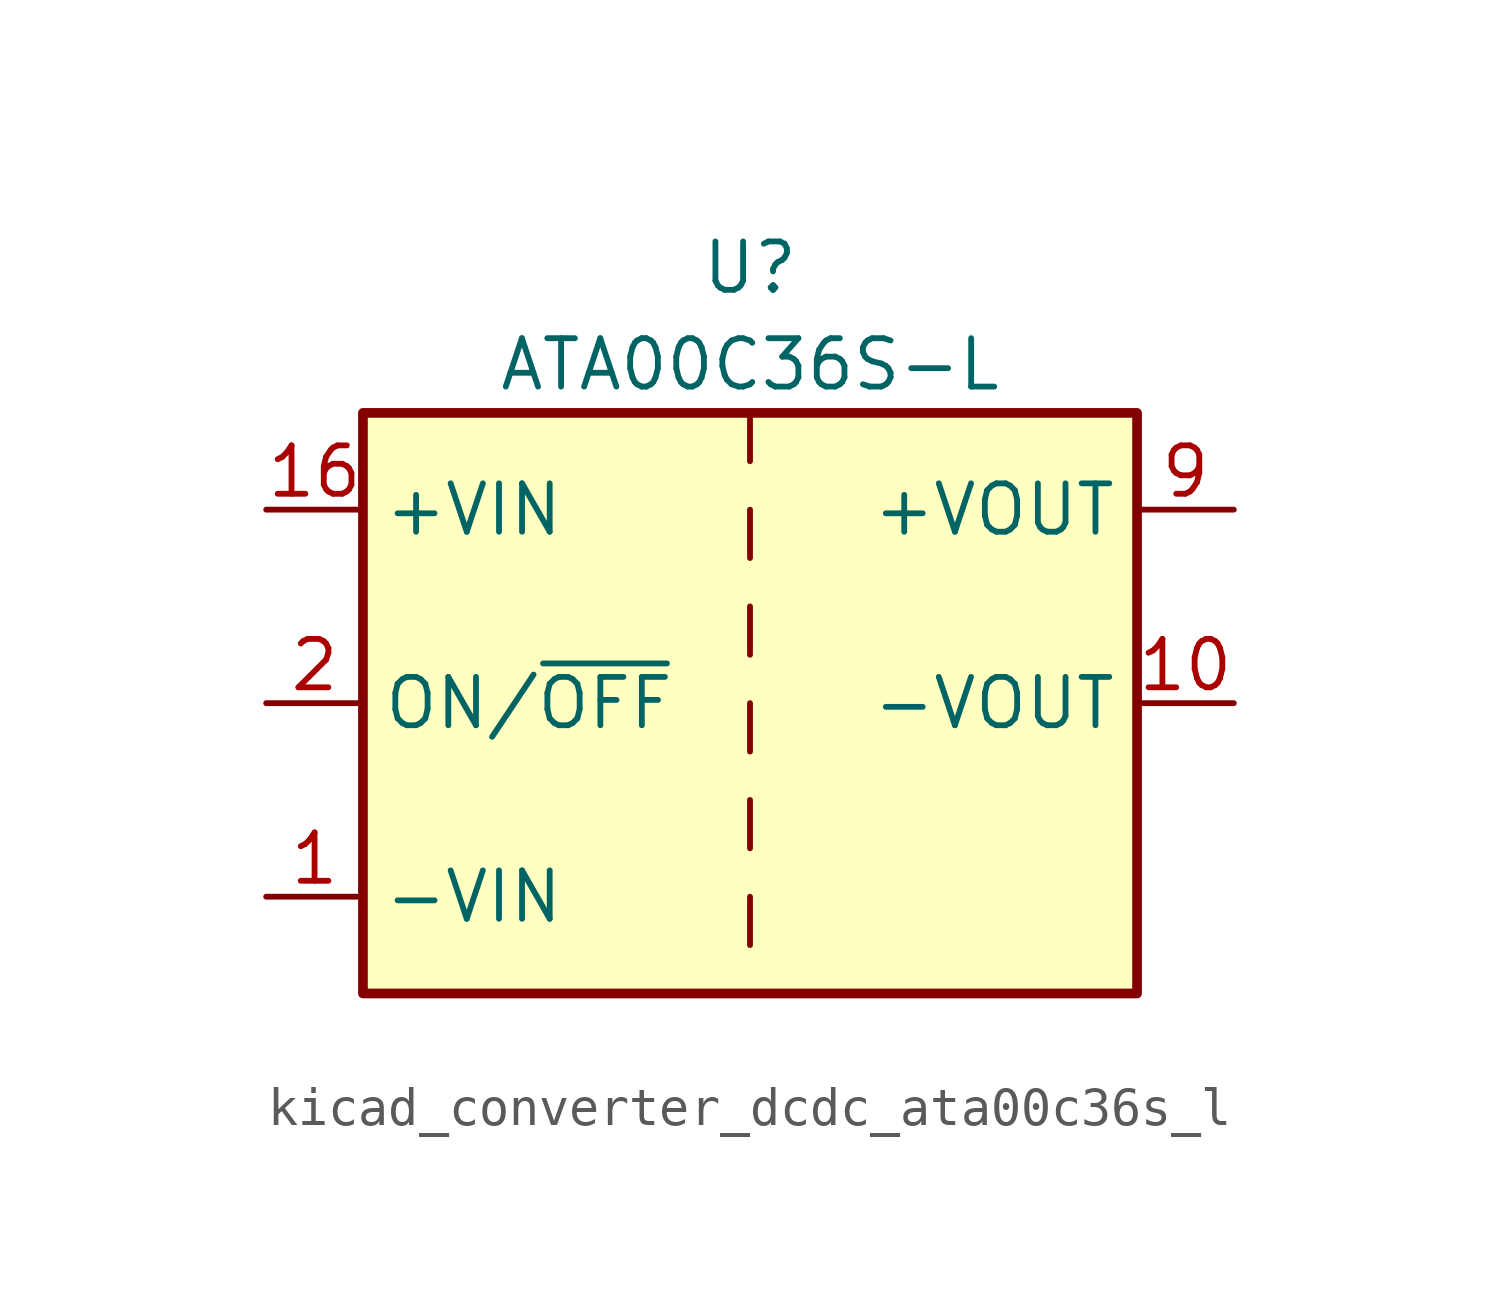
<source format=kicad_sym>
(kicad_symbol_lib
  (version 20220914)
  (generator kicad_symbol_editor)
  (symbol "kicad_converter_dcdc_ata00c36s_l"
    (property "Reference" "U"
      (at 0 11.43 0)
      (effects (font (size 1.27 1.27))))
    (property "Value" "ATA00C36S-L"
      (at 0 8.89 0)
      (effects (font (size 1.27 1.27))))
    (symbol "kicad_converter_dcdc_ata00c36s_l_0_1"
      (rectangle (start -10.16 7.62) (end 10.16 -7.62) (stroke (width 0.254) (type default)) (fill (type background)))
      (polyline (pts (xy 0 -5.08) (xy 0 -6.35)) (stroke (width 0) (type default)) (fill (type none)))
      (polyline (pts (xy 0 -2.54) (xy 0 -3.81)) (stroke (width 0) (type default)) (fill (type none)))
      (polyline (pts (xy 0 0) (xy 0 -1.27)) (stroke (width 0) (type default)) (fill (type none)))
      (polyline (pts (xy 0 2.54) (xy 0 1.27)) (stroke (width 0) (type default)) (fill (type none)))
      (polyline (pts (xy 0 5.08) (xy 0 3.81)) (stroke (width 0) (type default)) (fill (type none)))
      (polyline (pts (xy 0 7.62) (xy 0 6.35)) (stroke (width 0) (type default)) (fill (type none))))
    (symbol "kicad_converter_dcdc_ata00c36s_l_1_1"
      (pin power_in line (at -12.7 -5.08 0) (length 2.54) (name "-VIN" (effects (font (size 1.27 1.27)))) (number "1" (effects (font (size 1.27 1.27)))))
      (pin power_out line (at 12.7 0 180) (length 2.54) (name "-VOUT" (effects (font (size 1.27 1.27)))) (number "10" (effects (font (size 1.27 1.27)))))
      (pin power_in line (at -12.7 5.08 0) (length 2.54) (name "+VIN" (effects (font (size 1.27 1.27)))) (number "16" (effects (font (size 1.27 1.27)))))
      (pin input line (at -12.7 0 0) (length 2.54) (name "ON/~{OFF}" (effects (font (size 1.27 1.27)))) (number "2" (effects (font (size 1.27 1.27)))))
      (pin no_connect line (at 10.16 -2.54 180) (length 2.54) hide (name "NC" (effects (font (size 1.27 1.27)))) (number "7" (effects (font (size 1.27 1.27)))))
      (pin no_connect line (at 10.16 -5.08 180) (length 2.54) hide (name "NC" (effects (font (size 1.27 1.27)))) (number "8" (effects (font (size 1.27 1.27)))))
      (pin power_out line (at 12.7 5.08 180) (length 2.54) (name "+VOUT" (effects (font (size 1.27 1.27)))) (number "9" (effects (font (size 1.27 1.27))))))))
</source>
